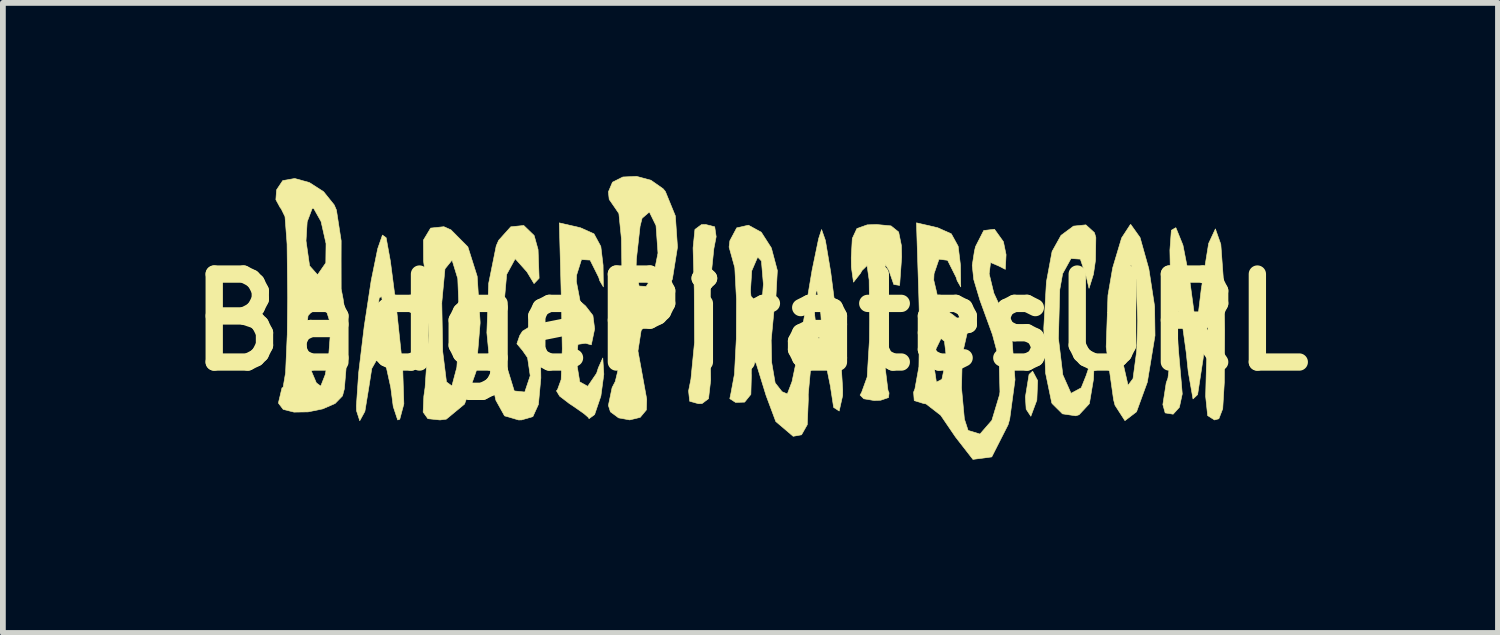
<source format=kicad_pcb>
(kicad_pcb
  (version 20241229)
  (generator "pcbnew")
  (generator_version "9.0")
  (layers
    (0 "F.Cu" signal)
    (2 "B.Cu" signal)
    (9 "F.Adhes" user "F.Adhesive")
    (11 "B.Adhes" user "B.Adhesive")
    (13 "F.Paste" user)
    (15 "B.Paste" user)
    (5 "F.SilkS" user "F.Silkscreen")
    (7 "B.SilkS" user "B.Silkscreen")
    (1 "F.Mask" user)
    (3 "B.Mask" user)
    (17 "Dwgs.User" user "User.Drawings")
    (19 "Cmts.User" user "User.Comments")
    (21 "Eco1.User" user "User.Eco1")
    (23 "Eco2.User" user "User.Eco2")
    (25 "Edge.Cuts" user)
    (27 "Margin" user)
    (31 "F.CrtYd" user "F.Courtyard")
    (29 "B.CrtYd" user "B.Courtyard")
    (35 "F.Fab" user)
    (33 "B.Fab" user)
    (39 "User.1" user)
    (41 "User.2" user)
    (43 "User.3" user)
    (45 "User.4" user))
  (footprint "BadgePiratesURL"
    (layer "F.Cu")
    (at 9.95 2.532)
    (property "Reference" "BadgePiratesURL" (at 0 0 0) (layer "F.SilkS") (effects (font (size 1.524 1.524) (thickness 0.3))))
    (attr through_hole)
    (fp_poly (pts (xy 4.975 1.011) (xy 4.961 1.35) (xy 4.857 1.629) (xy 4.776 1.506) (xy 4.763 1.294) (xy 4.826 0.905) (xy 4.888 0.847) (xy 4.975 1.011)) (stroke (width 0.01) (type solid)) (fill yes) (layer "F.SilkS"))
    (fp_poly (pts (xy -0.619 -1.653) (xy -0.594 -1.481) (xy -0.634 -1.275) (xy -0.691 -0.72) (xy -0.704 0.115) (xy -0.701 0.277) (xy -0.689 1.001) (xy -0.726 1.324) (xy -0.839 1.409) (xy -0.901 1.411) (xy -1.053 1.369) (xy -1.072 1.19) (xy -1.031 0.985) (xy -0.969 0.349) (xy -0.974 -0.567) (xy -0.994 -1.286) (xy -0.962 -1.607) (xy -0.849 -1.691) (xy -0.776 -1.693) (xy -0.619 -1.653)) (stroke (width 0.01) (type solid)) (fill yes) (layer "F.SilkS"))
    (fp_poly (pts (xy 6.749 -1.467) (xy 6.901 -0.925) (xy 7.001 -0.274) (xy 7.008 0.23) (xy 6.875 1.038) (xy 6.688 1.551) (xy 6.487 1.705) (xy 6.315 1.438) (xy 6.29 1.341) (xy 6.162 0.429) (xy 6.183 -0.169) (xy 6.438 -0.169) (xy 6.444 0.526) (xy 6.463 0.75) (xy 6.541 1.092) (xy 6.627 0.977) (xy 6.691 0.495) (xy 6.707 -0.024) (xy 6.68 -0.745) (xy 6.594 -0.987) (xy 6.588 -0.988) (xy 6.491 -0.747) (xy 6.438 -0.169) (xy 6.183 -0.169) (xy 6.193 -0.466) (xy 6.275 -0.943) (xy 6.43 -1.461) (xy 6.581 -1.692) (xy 6.588 -1.693) (xy 6.749 -1.467)) (stroke (width 0.01) (type solid)) (fill yes) (layer "F.SilkS"))
    (fp_poly (pts (xy 5.959 -1.551) (xy 5.983 -1.468) (xy 5.977 -1.075) (xy 5.942 -0.833) (xy 5.865 -0.587) (xy 5.821 -0.776) (xy 5.715 -1.093) (xy 5.553 -1.104) (xy 5.408 -0.842) (xy 5.358 -0.564) (xy 5.335 0.279) (xy 5.411 0.912) (xy 5.553 1.231) (xy 5.73 1.136) (xy 5.815 0.924) (xy 5.927 0.593) (xy 5.956 0.663) (xy 5.942 0.988) (xy 5.871 1.411) (xy 5.692 1.603) (xy 5.635 1.621) (xy 5.405 1.587) (xy 5.226 1.409) (xy 5.219 1.396) (xy 5.112 0.879) (xy 5.081 0.102) (xy 5.127 -0.699) (xy 5.225 -1.226) (xy 5.38 -1.505) (xy 5.596 -1.665) (xy 5.81 -1.687) (xy 5.959 -1.551)) (stroke (width 0.01) (type solid)) (fill yes) (layer "F.SilkS"))
    (fp_poly (pts (xy -6.311 -1.464) (xy -6.237 -1.055) (xy -6.137 -0.284) (xy -6.025 0.774) (xy -6.004 1.415) (xy -6.075 1.681) (xy -6.111 1.693) (xy -6.188 1.461) (xy -6.231 1.129) (xy -6.332 0.67) (xy -6.425 0.564) (xy -6.56 0.802) (xy -6.611 1.129) (xy -6.679 1.544) (xy -6.768 1.707) (xy -6.824 1.534) (xy -6.826 1.446) (xy -6.787 0.875) (xy -6.691 0.074) (xy -6.667 -0.082) (xy -6.476 -0.082) (xy -6.466 0.02) (xy -6.389 0.27) (xy -6.352 -0.015) (xy -6.35 -0.158) (xy -6.389 -0.448) (xy -6.431 -0.42) (xy -6.476 -0.082) (xy -6.667 -0.082) (xy -6.57 -0.721) (xy -6.457 -1.274) (xy -6.457 -1.274) (xy -6.375 -1.51) (xy -6.311 -1.464)) (stroke (width 0.01) (type solid)) (fill yes) (layer "F.SilkS"))
    (fp_poly (pts (xy -5.189 -1.601) (xy -4.895 -1.305) (xy -4.734 -0.796) (xy -4.683 -0.006) (xy -4.683 0.019) (xy -4.753 0.854) (xy -4.953 1.418) (xy -5.269 1.679) (xy -5.378 1.693) (xy -5.588 1.671) (xy -5.67 1.557) (xy -5.658 1.283) (xy -5.636 1.129) (xy -5.576 0.233) (xy -5.601 -0.339) (xy -5.347 -0.339) (xy -5.331 0.508) (xy -5.266 1.034) (xy -5.172 1.104) (xy -5.086 0.78) (xy -5.041 0.122) (xy -5.04 0) (xy -5.07 -0.755) (xy -5.165 -1.065) (xy -5.173 -1.071) (xy -5.292 -0.924) (xy -5.347 -0.339) (xy -5.601 -0.339) (xy -5.618 -0.731) (xy -5.663 -1.06) (xy -5.665 -1.423) (xy -5.54 -1.631) (xy -5.311 -1.655) (xy -5.189 -1.601)) (stroke (width 0.01) (type solid)) (fill yes) (layer "F.SilkS"))
    (fp_poly (pts (xy 2.435 -1.669) (xy 2.567 -1.563) (xy 2.615 -1.327) (xy 2.619 -1.129) (xy 2.584 -0.638) (xy 2.483 -0.654) (xy 2.397 -0.903) (xy 2.336 -1.001) (xy 2.308 -0.675) (xy 2.302 -0.08) (xy 2.324 0.709) (xy 2.382 1.179) (xy 2.401 1.224) (xy 2.392 1.305) (xy 2.257 1.351) (xy 2.143 1.356) (xy 1.963 1.326) (xy 1.899 1.262) (xy 1.925 1.217) (xy 2.022 0.949) (xy 2.061 0.307) (xy 2.064 -0.031) (xy 2.056 -0.732) (xy 2.02 -0.982) (xy 1.932 -0.896) (xy 1.905 -0.847) (xy 1.785 -0.694) (xy 1.748 -0.956) (xy 1.746 -1.119) (xy 1.764 -1.451) (xy 1.844 -1.623) (xy 2.023 -1.687) (xy 2.183 -1.693) (xy 2.435 -1.669)) (stroke (width 0.01) (type solid)) (fill yes) (layer "F.SilkS"))
    (fp_poly (pts (xy -3.747 -1.502) (xy -3.679 -1.258) (xy -3.661 -0.762) (xy -3.749 -0.669) (xy -3.871 -0.872) (xy -4.075 -1.1) (xy -4.223 -0.829) (xy -4.286 -0.117) (xy -4.286 -0.019) (xy -4.231 0.737) (xy -4.092 1.19) (xy -3.91 1.209) (xy -3.909 1.208) (xy -3.815 0.926) (xy -3.861 0.615) (xy -3.949 0.488) (xy -4.046 0.373) (xy -3.996 0.229) (xy -3.949 0.155) (xy -3.751 0.033) (xy -3.639 0.351) (xy -3.631 0.966) (xy -3.673 1.424) (xy -3.769 1.635) (xy -3.964 1.692) (xy -4.016 1.693) (xy -4.26 1.622) (xy -4.41 1.352) (xy -4.486 1.018) (xy -4.566 0.181) (xy -4.535 -0.673) (xy -4.404 -1.323) (xy -4.362 -1.419) (xy -4.152 -1.653) (xy -3.927 -1.676) (xy -3.747 -1.502)) (stroke (width 0.01) (type solid)) (fill yes) (layer "F.SilkS"))
    (fp_poly (pts (xy -2.946 -1.637) (xy -2.711 -1.532) (xy -2.592 -1.313) (xy -2.553 -0.988) (xy -2.548 -0.612) (xy -2.611 -0.72) (xy -2.628 -0.776) (xy -2.778 -1.077) (xy -2.927 -1.086) (xy -3.012 -0.816) (xy -3.016 -0.706) (xy -2.95 -0.361) (xy -2.857 -0.282) (xy -2.729 -0.117) (xy -2.699 0.115) (xy -2.757 0.392) (xy -2.857 0.364) (xy -2.988 0.383) (xy -3.016 0.673) (xy -2.957 1.033) (xy -2.819 1.11) (xy -2.665 0.884) (xy -2.635 0.79) (xy -2.558 0.619) (xy -2.54 0.901) (xy -2.591 1.279) (xy -2.7 1.6) (xy -2.797 1.671) (xy -2.804 1.653) (xy -2.883 1.584) (xy -3.063 1.458) (xy -3.135 1.411) (xy -3.305 1.281) (xy -3.361 1.188) (xy -3.343 1.169) (xy -3.279 0.993) (xy -3.26 0.461) (xy -3.273 -0.296) (xy -3.311 -1.721) (xy -2.946 -1.637)) (stroke (width 0.01) (type solid)) (fill yes) (layer "F.SilkS"))
    (fp_poly (pts (xy 7.371 -1.634) (xy 7.492 -1.335) (xy 7.609 -0.736) (xy 7.612 -0.71) (xy 7.725 0.126) (xy 7.809 -0.572) (xy 7.937 -1.365) (xy 8.054 -1.617) (xy 8.148 -1.349) (xy 8.204 -0.585) (xy 8.215 0.145) (xy 8.209 1.036) (xy 8.181 1.499) (xy 8.114 1.672) (xy 8.039 1.693) (xy 7.92 1.618) (xy 7.885 1.283) (xy 7.898 0.776) (xy 7.935 -0.141) (xy 7.841 0.635) (xy 7.746 1.254) (xy 7.666 1.329) (xy 7.583 0.853) (xy 7.548 0.519) (xy 7.47 -0.045) (xy 7.406 -0.189) (xy 7.389 0.097) (xy 7.413 0.473) (xy 7.463 1.037) (xy 7.48 1.242) (xy 7.43 1.474) (xy 7.322 1.593) (xy 7.184 1.571) (xy 7.144 1.426) (xy 7.202 1.051) (xy 7.232 0.968) (xy 7.283 0.558) (xy 7.287 -0.259) (xy 7.281 -0.474) (xy 7.266 -1.248) (xy 7.291 -1.593) (xy 7.366 -1.637) (xy 7.371 -1.634)) (stroke (width 0.01) (type solid)) (fill yes) (layer "F.SilkS"))
    (fp_poly (pts (xy -1.724 -2.46) (xy -1.514 -2.313) (xy -1.474 -2.265) (xy -1.301 -1.842) (xy -1.264 -1.301) (xy -1.352 -0.749) (xy -1.554 -0.289) (xy -1.688 -0.133) (xy -1.894 0.145) (xy -1.949 0.498) (xy -1.87 0.931) (xy -1.797 1.334) (xy -1.803 1.519) (xy -1.91 1.648) (xy -2.091 1.692) (xy -2.284 1.657) (xy -2.426 1.552) (xy -2.461 1.441) (xy -2.397 1.133) (xy -2.342 1.027) (xy -2.261 0.691) (xy -2.226 -0.083) (xy -2.223 -0.556) (xy -2.227 -0.898) (xy -1.983 -0.898) (xy -1.929 -0.627) (xy -1.806 -0.62) (xy -1.676 -0.826) (xy -1.602 -1.197) (xy -1.602 -1.2) (xy -1.636 -1.675) (xy -1.751 -1.91) (xy -1.877 -1.802) (xy -1.912 -1.664) (xy -1.976 -1.093) (xy -1.983 -0.898) (xy -2.227 -0.898) (xy -2.235 -1.446) (xy -2.279 -1.883) (xy -2.342 -1.976) (xy -2.447 -2.128) (xy -2.461 -2.258) (xy -2.39 -2.426) (xy -2.211 -2.516) (xy -1.973 -2.527) (xy -1.724 -2.46)) (stroke (width 0.01) (type solid)) (fill yes) (layer "F.SilkS"))
    (fp_poly (pts (xy -7.641 -2.42) (xy -7.395 -2.262) (xy -7.211 -2.033) (xy -7.172 -1.943) (xy -7.09 -1.411) (xy -7.091 -1.078) (xy -7.09 -0.575) (xy -7.057 -0.407) (xy -6.997 -0.003) (xy -6.99 0.62) (xy -7.035 1.155) (xy -7.067 1.276) (xy -7.194 1.407) (xy -7.409 1.501) (xy -7.662 1.553) (xy -7.907 1.557) (xy -8.094 1.51) (xy -8.175 1.404) (xy -8.176 1.393) (xy -8.115 1.136) (xy -8.096 1.129) (xy -8.053 0.874) (xy -8.027 0.28) (xy -7.709 0.28) (xy -7.658 0.724) (xy -7.52 1.05) (xy -7.444 1.107) (xy -7.366 0.909) (xy -7.308 0.602) (xy -7.266 0.054) (xy -7.354 -0.224) (xy -7.514 -0.282) (xy -7.664 -0.113) (xy -7.709 0.28) (xy -8.027 0.28) (xy -8.024 0.215) (xy -8.017 -0.423) (xy -8.027 -1.35) (xy -8.031 -1.411) (xy -7.699 -1.411) (xy -7.637 -0.977) (xy -7.499 -0.822) (xy -7.358 -1.026) (xy -7.356 -1.032) (xy -7.352 -1.363) (xy -7.438 -1.744) (xy -7.564 -1.968) (xy -7.59 -1.976) (xy -7.679 -1.74) (xy -7.699 -1.411) (xy -8.031 -1.411) (xy -8.063 -1.83) (xy -8.134 -1.975) (xy -8.141 -1.976) (xy -8.221 -2.123) (xy -8.209 -2.293) (xy -8.102 -2.454) (xy -7.894 -2.49) (xy -7.641 -2.42)) (stroke (width 0.01) (type solid)) (fill yes) (layer "F.SilkS"))
    (fp_poly (pts (xy 3.243 -1.637) (xy 3.479 -1.532) (xy 3.598 -1.316) (xy 3.638 -0.988) (xy 3.643 -0.612) (xy 3.581 -0.72) (xy 3.564 -0.776) (xy 3.415 -1.073) (xy 3.266 -1.092) (xy 3.18 -0.84) (xy 3.175 -0.73) (xy 3.25 -0.411) (xy 3.458 -0.161) (xy 3.512 -0.124) (xy 3.693 0.023) (xy 3.765 0.158) (xy 3.75 0.206) (xy 3.67 0.556) (xy 3.656 1.138) (xy 3.706 1.677) (xy 3.77 1.874) (xy 3.976 1.937) (xy 4.182 1.7) (xy 4.316 1.254) (xy 4.322 1.204) (xy 4.307 0.643) (xy 4.192 0.214) (xy 3.977 -0.377) (xy 3.868 -0.74) (xy 3.842 -0.986) (xy 3.879 -1.225) (xy 3.898 -1.309) (xy 4.041 -1.589) (xy 4.227 -1.611) (xy 4.382 -1.395) (xy 4.428 -1.17) (xy 4.415 -0.916) (xy 4.296 -0.977) (xy 4.159 -1.034) (xy 4.135 -0.838) (xy 4.216 -0.504) (xy 4.346 -0.224) (xy 4.532 0.317) (xy 4.583 0.996) (xy 4.491 1.677) (xy 4.463 1.776) (xy 4.18 2.333) (xy 3.854 2.376) (xy 3.552 1.988) (xy 3.296 1.612) (xy 3.042 1.415) (xy 2.997 1.407) (xy 2.837 1.358) (xy 2.826 1.212) (xy 2.849 1.154) (xy 2.918 0.772) (xy 2.919 0.729) (xy 3.175 0.729) (xy 3.221 1.038) (xy 3.316 0.989) (xy 3.395 0.617) (xy 3.36 0.329) (xy 3.301 0.282) (xy 3.191 0.509) (xy 3.175 0.729) (xy 2.919 0.729) (xy 2.928 0.006) (xy 2.918 -0.408) (xy 2.876 -1.722) (xy 3.243 -1.637)) (stroke (width 0.01) (type solid)) (fill yes) (layer "F.SilkS"))
    (fp_poly (pts (xy 0.187 -1.56) (xy 0.362 -1.287) (xy 0.466 -0.896) (xy 0.442 -0.457) (xy 0.418 -0.311) (xy 0.359 0.312) (xy 0.367 0.694) (xy 0.428 1.051) (xy 0.547 1.203) (xy 0.639 1.242) (xy 0.72 1.029) (xy 0.841 0.452) (xy 0.937 -0.122) (xy 0.94 -0.141) (xy 1.111 -0.141) (xy 1.153 0.235) (xy 1.188 0.282) (xy 1.232 0.075) (xy 1.219 -0.141) (xy 1.163 -0.512) (xy 1.142 -0.564) (xy 1.115 -0.334) (xy 1.111 -0.141) (xy 0.94 -0.141) (xy 1.068 -0.903) (xy 1.181 -1.448) (xy 1.232 -1.606) (xy 1.298 -1.418) (xy 1.39 -0.87) (xy 1.485 -0.138) (xy 1.562 0.6) (xy 1.598 1.167) (xy 1.597 1.27) (xy 1.537 1.538) (xy 1.441 1.476) (xy 1.389 1.138) (xy 1.389 1.129) (xy 1.32 0.788) (xy 1.191 0.706) (xy 1.041 0.818) (xy 1.001 1.247) (xy 1.002 1.341) (xy 0.984 1.775) (xy 0.885 1.95) (xy 0.74 1.976) (xy 0.439 1.72) (xy 0.271 1.27) (xy 0.101 0.719) (xy 0.019 0.597) (xy 0.014 0.889) (xy 0.016 0.917) (xy 0.007 1.25) (xy -0.101 1.384) (xy -0.258 1.389) (xy -0.358 1.324) (xy -0.337 1.224) (xy -0.277 0.9) (xy -0.245 0.286) (xy -0.242 -0.402) (xy -0.25 -0.541) (xy 0 -0.541) (xy 0.042 -0.127) (xy 0.13 -0.117) (xy 0.21 -0.48) (xy 0.224 -0.658) (xy 0.19 -1.061) (xy 0.125 -1.129) (xy 0.022 -0.891) (xy 0 -0.541) (xy -0.25 -0.541) (xy -0.271 -0.944) (xy -0.322 -1.129) (xy -0.37 -1.302) (xy -0.357 -1.411) (xy -0.238 -1.635) (xy -0.035 -1.681) (xy 0.187 -1.56)) (stroke (width 0.01) (type solid)) (fill yes) (layer "F.SilkS")))
  (gr_rect
    (start -3 -3)
    (end 22.899 7.914)
    (stroke (width 0.1) (type default))
    (fill no)
    (layer "Edge.Cuts")))
</source>
